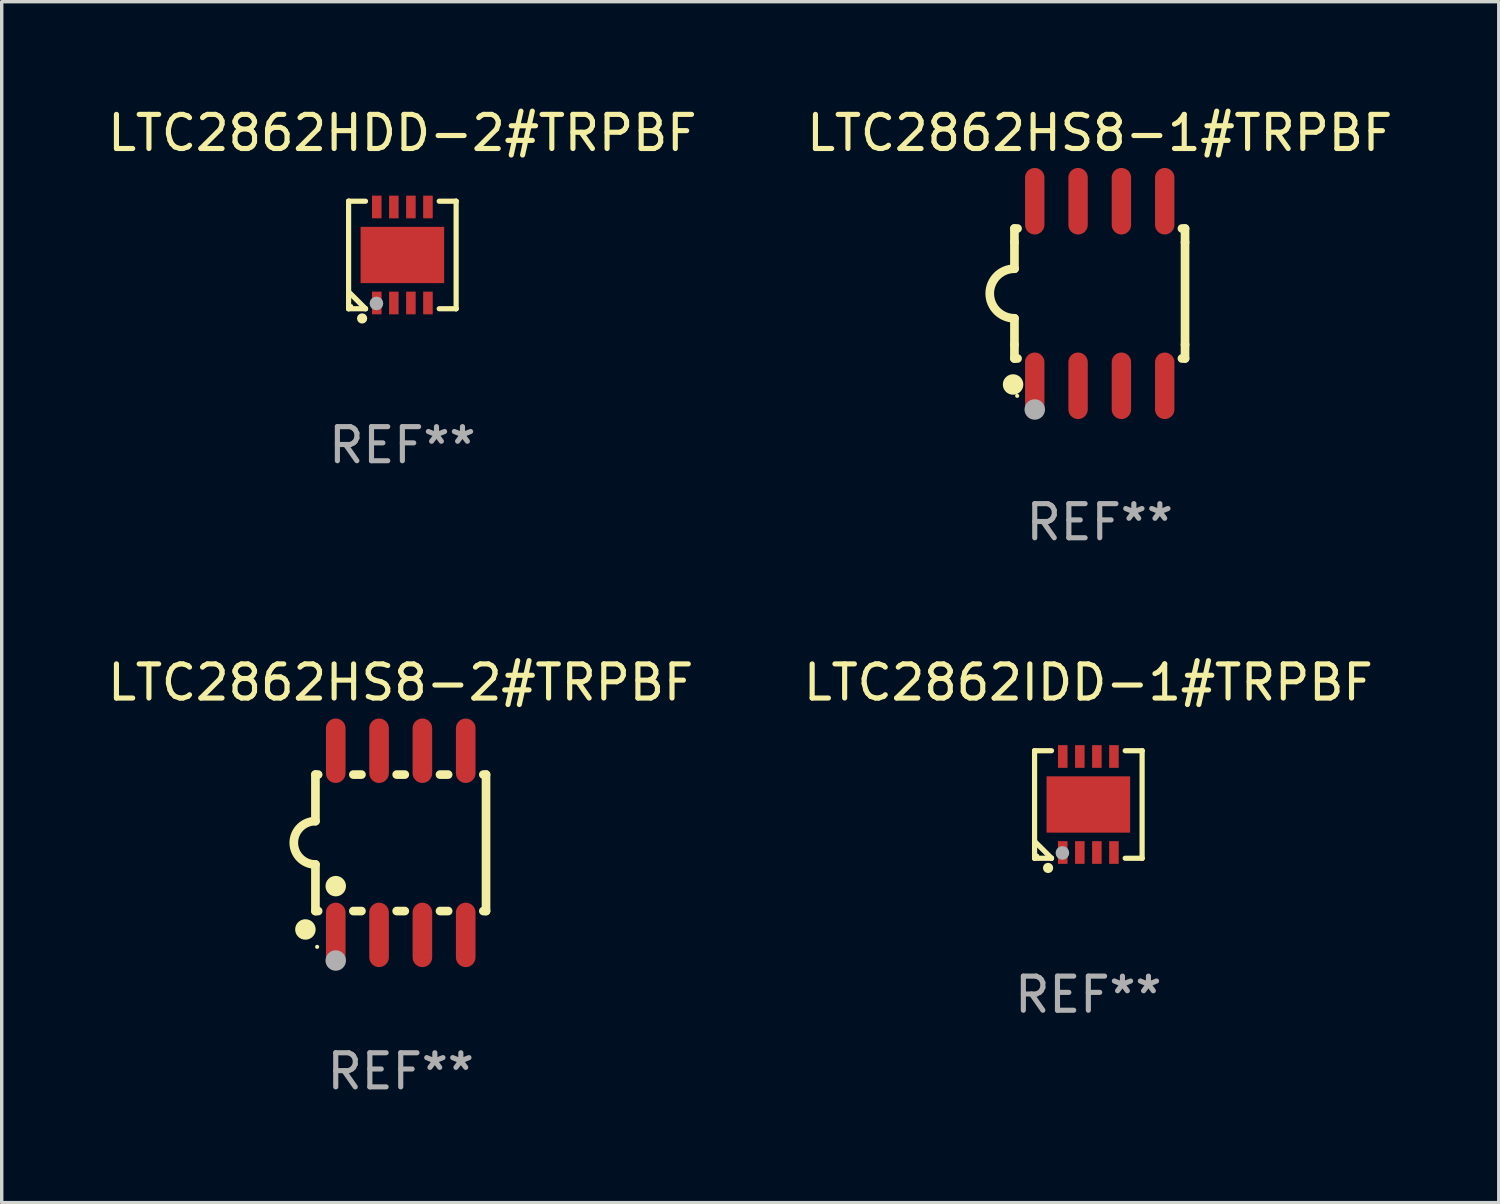
<source format=kicad_pcb>
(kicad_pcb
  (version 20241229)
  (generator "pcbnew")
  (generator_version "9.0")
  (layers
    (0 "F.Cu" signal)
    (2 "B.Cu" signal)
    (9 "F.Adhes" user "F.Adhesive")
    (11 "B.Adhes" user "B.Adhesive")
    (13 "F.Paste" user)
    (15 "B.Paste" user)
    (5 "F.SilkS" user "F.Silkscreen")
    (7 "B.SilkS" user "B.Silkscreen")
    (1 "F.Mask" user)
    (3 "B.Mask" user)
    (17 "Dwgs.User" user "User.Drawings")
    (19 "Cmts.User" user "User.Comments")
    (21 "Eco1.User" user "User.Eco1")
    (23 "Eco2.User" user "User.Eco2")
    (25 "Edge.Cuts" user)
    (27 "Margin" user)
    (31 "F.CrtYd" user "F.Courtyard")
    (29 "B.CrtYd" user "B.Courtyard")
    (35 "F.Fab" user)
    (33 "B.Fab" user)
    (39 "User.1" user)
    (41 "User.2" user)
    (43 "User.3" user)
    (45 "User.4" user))
  (footprint "LTC2862HDD-2#TRPBF"
    (layer "F.Cu")
    (at 8.744 4.424)
    (property "Reference" "LTC2862HDD-2#TRPBF" (at 0 -3.576 0) (layer "F.SilkS") (effects (font (size 1 1) (thickness 0.15))))
    (attr through_hole)
    (fp_line (start -1.576 -1.576) (end -1.576 -1.576) (stroke (width 0.152) (type solid)) (layer "F.SilkS"))
    (fp_line (start -1.576 -1.576) (end -1.08 -1.576) (stroke (width 0.152) (type solid)) (layer "F.SilkS"))
    (fp_line (start -1.576 1.576) (end -1.576 -1.576) (stroke (width 0.152) (type solid)) (layer "F.SilkS"))
    (fp_line (start -1.576 1.576) (end -1.576 1.576) (stroke (width 0.152) (type solid)) (layer "F.SilkS"))
    (fp_line (start -1.08 1.575) (end -1.576 1.079) (stroke (width 0.152) (type solid)) (layer "F.SilkS"))
    (fp_line (start -1.08 1.576) (end -1.576 1.576) (stroke (width 0.152) (type solid)) (layer "F.SilkS"))
    (fp_line (start -1.08 1.576) (end -1.08 1.575) (stroke (width 0.152) (type solid)) (layer "F.SilkS"))
    (fp_line (start 1.08 1.576) (end 1.576 1.576) (stroke (width 0.152) (type solid)) (layer "F.SilkS"))
    (fp_line (start 1.576 -1.576) (end 1.08 -1.576) (stroke (width 0.152) (type solid)) (layer "F.SilkS"))
    (fp_line (start 1.576 -1.576) (end 1.576 -1.576) (stroke (width 0.152) (type solid)) (layer "F.SilkS"))
    (fp_line (start 1.576 1.576) (end 1.576 -1.576) (stroke (width 0.152) (type solid)) (layer "F.SilkS"))
    (fp_line (start 1.576 1.576) (end 1.576 1.576) (stroke (width 0.152) (type solid)) (layer "F.SilkS"))
    (fp_circle (center -1.5 1.5) (end -1.47 1.5) (stroke (width 0.06) (type solid)) (fill no) (layer "F.SilkS"))
    (fp_circle (center -1.18 1.86) (end -1.105 1.86) (stroke (width 0.15) (type solid)) (fill no) (layer "F.SilkS"))
    (fp_circle (center -0.76 1.42) (end -0.66 1.42) (stroke (width 0.2) (type solid)) (fill no) (layer "F.Fab"))
    (fp_text user "REF**" (at 0 5.576 0) (layer "F.Fab") (effects (font (size 1 1) (thickness 0.15))))
    (pad "1" smd rect (at -0.75 1.407) (size 0.28 0.665) (layers "F.Cu" "F.Mask" "F.Paste"))
    (pad "2" smd rect (at -0.25 1.407) (size 0.28 0.665) (layers "F.Cu" "F.Mask" "F.Paste"))
    (pad "3" smd rect (at 0.25 1.407) (size 0.28 0.665) (layers "F.Cu" "F.Mask" "F.Paste"))
    (pad "4" smd rect (at 0.75 1.407) (size 0.28 0.665) (layers "F.Cu" "F.Mask" "F.Paste"))
    (pad "5" smd rect (at 0.75 -1.407) (size 0.28 0.665) (layers "F.Cu" "F.Mask" "F.Paste"))
    (pad "6" smd rect (at 0.25 -1.407) (size 0.28 0.665) (layers "F.Cu" "F.Mask" "F.Paste"))
    (pad "7" smd rect (at -0.25 -1.407) (size 0.28 0.665) (layers "F.Cu" "F.Mask" "F.Paste"))
    (pad "8" smd rect (at -0.75 -1.407) (size 0.28 0.665) (layers "F.Cu" "F.Mask" "F.Paste"))
    (pad "9" smd rect (at 0 0) (size 2.45 1.65) (layers "F.Cu" "F.Mask" "F.Paste")))
  (footprint "LTC2862IDD-1#TRPBF"
    (layer "F.Cu")
    (at 28.851 20.531)
    (property "Reference" "LTC2862IDD-1#TRPBF" (at 0 -3.576 0) (layer "F.SilkS") (effects (font (size 1 1) (thickness 0.15))))
    (attr through_hole)
    (fp_line (start -1.576 -1.576) (end -1.576 -1.576) (stroke (width 0.152) (type solid)) (layer "F.SilkS"))
    (fp_line (start -1.576 -1.576) (end -1.08 -1.576) (stroke (width 0.152) (type solid)) (layer "F.SilkS"))
    (fp_line (start -1.576 1.576) (end -1.576 -1.576) (stroke (width 0.152) (type solid)) (layer "F.SilkS"))
    (fp_line (start -1.576 1.576) (end -1.576 1.576) (stroke (width 0.152) (type solid)) (layer "F.SilkS"))
    (fp_line (start -1.08 1.575) (end -1.576 1.079) (stroke (width 0.152) (type solid)) (layer "F.SilkS"))
    (fp_line (start -1.08 1.576) (end -1.576 1.576) (stroke (width 0.152) (type solid)) (layer "F.SilkS"))
    (fp_line (start -1.08 1.576) (end -1.08 1.575) (stroke (width 0.152) (type solid)) (layer "F.SilkS"))
    (fp_line (start 1.08 1.576) (end 1.576 1.576) (stroke (width 0.152) (type solid)) (layer "F.SilkS"))
    (fp_line (start 1.576 -1.576) (end 1.08 -1.576) (stroke (width 0.152) (type solid)) (layer "F.SilkS"))
    (fp_line (start 1.576 -1.576) (end 1.576 -1.576) (stroke (width 0.152) (type solid)) (layer "F.SilkS"))
    (fp_line (start 1.576 1.576) (end 1.576 -1.576) (stroke (width 0.152) (type solid)) (layer "F.SilkS"))
    (fp_line (start 1.576 1.576) (end 1.576 1.576) (stroke (width 0.152) (type solid)) (layer "F.SilkS"))
    (fp_circle (center -1.5 1.5) (end -1.47 1.5) (stroke (width 0.06) (type solid)) (fill no) (layer "F.SilkS"))
    (fp_circle (center -1.18 1.86) (end -1.105 1.86) (stroke (width 0.15) (type solid)) (fill no) (layer "F.SilkS"))
    (fp_circle (center -0.76 1.42) (end -0.66 1.42) (stroke (width 0.2) (type solid)) (fill no) (layer "F.Fab"))
    (fp_text user "REF**" (at 0 5.576 0) (layer "F.Fab") (effects (font (size 1 1) (thickness 0.15))))
    (pad "1" smd rect (at -0.75 1.407) (size 0.28 0.665) (layers "F.Cu" "F.Mask" "F.Paste"))
    (pad "2" smd rect (at -0.25 1.407) (size 0.28 0.665) (layers "F.Cu" "F.Mask" "F.Paste"))
    (pad "3" smd rect (at 0.25 1.407) (size 0.28 0.665) (layers "F.Cu" "F.Mask" "F.Paste"))
    (pad "4" smd rect (at 0.75 1.407) (size 0.28 0.665) (layers "F.Cu" "F.Mask" "F.Paste"))
    (pad "5" smd rect (at 0.75 -1.407) (size 0.28 0.665) (layers "F.Cu" "F.Mask" "F.Paste"))
    (pad "6" smd rect (at 0.25 -1.407) (size 0.28 0.665) (layers "F.Cu" "F.Mask" "F.Paste"))
    (pad "7" smd rect (at -0.25 -1.407) (size 0.28 0.665) (layers "F.Cu" "F.Mask" "F.Paste"))
    (pad "8" smd rect (at -0.75 -1.407) (size 0.28 0.665) (layers "F.Cu" "F.Mask" "F.Paste"))
    (pad "9" smd rect (at 0 0) (size 2.45 1.65) (layers "F.Cu" "F.Mask" "F.Paste")))
  (footprint "LTC2862HS8-2#TRPBF"
    (layer "F.Cu")
    (at 8.696 21.654)
    (property "Reference" "LTC2862HS8-2#TRPBF" (at 0 -4.699 0) (layer "F.SilkS") (effects (font (size 1 1) (thickness 0.15))))
    (attr through_hole)
    (fp_line (start -2.5 -2) (end -2.5 -0.635) (stroke (width 0.254) (type solid)) (layer "F.SilkS"))
    (fp_line (start -2.5 -2) (end -2.421 -2) (stroke (width 0.254) (type solid)) (layer "F.SilkS"))
    (fp_line (start -2.5 2) (end -2.5 0.635) (stroke (width 0.254) (type solid)) (layer "F.SilkS"))
    (fp_line (start -2.5 2) (end -2.421 2) (stroke (width 0.254) (type solid)) (layer "F.SilkS"))
    (fp_line (start -1.389 -2) (end -1.151 -2) (stroke (width 0.254) (type solid)) (layer "F.SilkS"))
    (fp_line (start -1.389 2) (end -1.151 2) (stroke (width 0.254) (type solid)) (layer "F.SilkS"))
    (fp_line (start -0.119 -2) (end 0.119 -2) (stroke (width 0.254) (type solid)) (layer "F.SilkS"))
    (fp_line (start -0.119 2) (end 0.119 2) (stroke (width 0.254) (type solid)) (layer "F.SilkS"))
    (fp_line (start 1.151 -2) (end 1.389 -2) (stroke (width 0.254) (type solid)) (layer "F.SilkS"))
    (fp_line (start 1.151 2) (end 1.389 2) (stroke (width 0.254) (type solid)) (layer "F.SilkS"))
    (fp_line (start 2.421 -2) (end 2.5 -2) (stroke (width 0.254) (type solid)) (layer "F.SilkS"))
    (fp_line (start 2.421 2) (end 2.5 2) (stroke (width 0.254) (type solid)) (layer "F.SilkS"))
    (fp_line (start 2.5 -2) (end 2.5 2) (stroke (width 0.254) (type solid)) (layer "F.SilkS"))
    (fp_arc (start -2.5 0.635001) (mid -3.134366 -0.000318) (end -2.499365 -0.635001) (stroke (width 0.254001) (type solid)) (layer "F.SilkS"))
    (fp_circle (center -2.794 2.54) (end -2.644 2.54) (stroke (width 0.3) (type solid)) (fill no) (layer "F.SilkS"))
    (fp_circle (center -2.45 3.05) (end -2.42 3.05) (stroke (width 0.06) (type solid)) (fill no) (layer "F.SilkS"))
    (fp_circle (center -1.905 1.27) (end -1.755 1.27) (stroke (width 0.3) (type solid)) (fill no) (layer "F.SilkS"))
    (fp_circle (center -1.905 3.45) (end -1.755 3.45) (stroke (width 0.3) (type solid)) (fill no) (layer "F.Fab"))
    (fp_text user "REF**" (at 0 6.699 0) (layer "F.Fab") (effects (font (size 1 1) (thickness 0.15))))
    (pad "1" smd oval (at -1.905 2.699) (size 0.574 1.888) (layers "F.Cu" "F.Mask" "F.Paste"))
    (pad "2" smd oval (at -0.635 2.699) (size 0.574 1.888) (layers "F.Cu" "F.Mask" "F.Paste"))
    (pad "3" smd oval (at 0.635 2.699) (size 0.574 1.888) (layers "F.Cu" "F.Mask" "F.Paste"))
    (pad "4" smd oval (at 1.905 2.699) (size 0.574 1.888) (layers "F.Cu" "F.Mask" "F.Paste"))
    (pad "5" smd oval (at 1.905 -2.699) (size 0.574 1.888) (layers "F.Cu" "F.Mask" "F.Paste"))
    (pad "6" smd oval (at 0.635 -2.699) (size 0.574 1.888) (layers "F.Cu" "F.Mask" "F.Paste"))
    (pad "7" smd oval (at -0.635 -2.699) (size 0.574 1.888) (layers "F.Cu" "F.Mask" "F.Paste"))
    (pad "8" smd oval (at -1.905 -2.699) (size 0.574 1.888) (layers "F.Cu" "F.Mask" "F.Paste")))
  (footprint "LTC2862HS8-1#TRPBF"
    (layer "F.Cu")
    (at 29.185 5.553)
    (property "Reference" "LTC2862HS8-1#TRPBF" (at 0 -4.705 0) (layer "F.SilkS") (effects (font (size 1 1) (thickness 0.15))))
    (attr through_hole)
    (fp_line (start -2.5 -1.905) (end -2.409 -1.905) (stroke (width 0.254) (type solid)) (layer "F.SilkS"))
    (fp_line (start -2.5 -1.5) (end -2.5 -1.905) (stroke (width 0.254) (type solid)) (layer "F.SilkS"))
    (fp_line (start -2.5 -1.5) (end -2.5 -0.726) (stroke (width 0.254) (type solid)) (layer "F.SilkS"))
    (fp_line (start -2.5 1.5) (end -2.5 0.727) (stroke (width 0.254) (type solid)) (layer "F.SilkS"))
    (fp_line (start -2.5 1.5) (end -2.5 1.905) (stroke (width 0.254) (type solid)) (layer "F.SilkS"))
    (fp_line (start -2.5 1.905) (end -2.409 1.905) (stroke (width 0.254) (type solid)) (layer "F.SilkS"))
    (fp_line (start 2.5 -1.905) (end 2.409 -1.905) (stroke (width 0.254) (type solid)) (layer "F.SilkS"))
    (fp_line (start 2.5 -1.5) (end 2.5 -1.905) (stroke (width 0.254) (type solid)) (layer "F.SilkS"))
    (fp_line (start 2.5 -1.5) (end 2.5 1.5) (stroke (width 0.254) (type solid)) (layer "F.SilkS"))
    (fp_line (start 2.5 1.5) (end 2.5 1.905) (stroke (width 0.254) (type solid)) (layer "F.SilkS"))
    (fp_line (start 2.5 1.905) (end 2.409 1.905) (stroke (width 0.254) (type solid)) (layer "F.SilkS"))
    (fp_arc (start -2.5 0.726568) (mid -3.220316 -0.0023) (end -2.495097 -0.726289) (stroke (width 0.254001) (type solid)) (layer "F.SilkS"))
    (fp_circle (center -2.54 2.667) (end -2.39 2.667) (stroke (width 0.3) (type solid)) (fill no) (layer "F.SilkS"))
    (fp_circle (center -2.42 3) (end -2.39 3) (stroke (width 0.06) (type solid)) (fill no) (layer "F.SilkS"))
    (fp_circle (center -1.905 3.4) (end -1.755 3.4) (stroke (width 0.3) (type solid)) (fill no) (layer "F.Fab"))
    (fp_text user "REF**" (at 0 6.705 0) (layer "F.Fab") (effects (font (size 1 1) (thickness 0.15))))
    (pad "1" smd oval (at -1.905 2.705) (size 0.568 1.95) (layers "F.Cu" "F.Mask" "F.Paste"))
    (pad "2" smd oval (at -0.635 2.705) (size 0.568 1.95) (layers "F.Cu" "F.Mask" "F.Paste"))
    (pad "3" smd oval (at 0.635 2.705) (size 0.568 1.95) (layers "F.Cu" "F.Mask" "F.Paste"))
    (pad "4" smd oval (at 1.905 2.705) (size 0.568 1.95) (layers "F.Cu" "F.Mask" "F.Paste"))
    (pad "5" smd oval (at 1.905 -2.705) (size 0.568 1.95) (layers "F.Cu" "F.Mask" "F.Paste"))
    (pad "6" smd oval (at 0.635 -2.705) (size 0.568 1.95) (layers "F.Cu" "F.Mask" "F.Paste"))
    (pad "7" smd oval (at -0.635 -2.705) (size 0.568 1.95) (layers "F.Cu" "F.Mask" "F.Paste"))
    (pad "8" smd oval (at -1.905 -2.705) (size 0.568 1.95) (layers "F.Cu" "F.Mask" "F.Paste")))
  (gr_rect
    (start -3 -3)
    (end 40.881 32.201)
    (stroke (width 0.1) (type default))
    (fill no)
    (layer "Edge.Cuts")))
</source>
